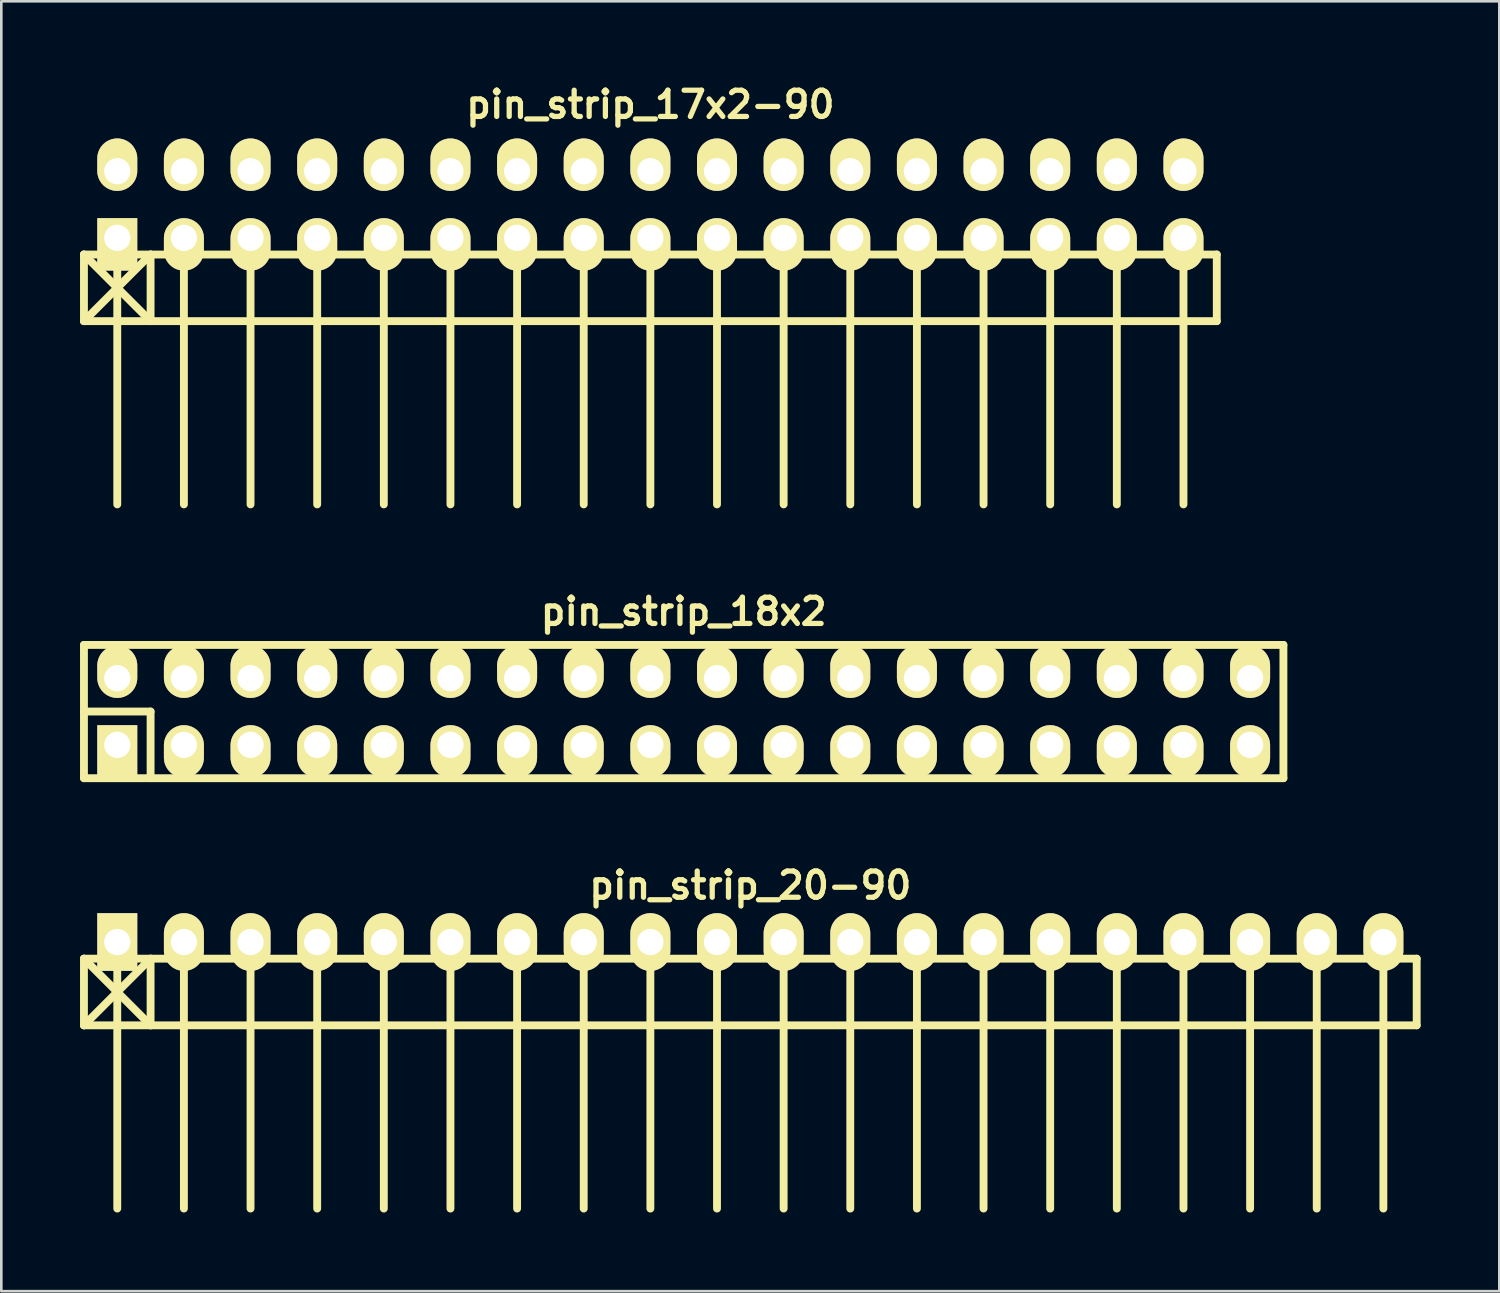
<source format=kicad_pcb>
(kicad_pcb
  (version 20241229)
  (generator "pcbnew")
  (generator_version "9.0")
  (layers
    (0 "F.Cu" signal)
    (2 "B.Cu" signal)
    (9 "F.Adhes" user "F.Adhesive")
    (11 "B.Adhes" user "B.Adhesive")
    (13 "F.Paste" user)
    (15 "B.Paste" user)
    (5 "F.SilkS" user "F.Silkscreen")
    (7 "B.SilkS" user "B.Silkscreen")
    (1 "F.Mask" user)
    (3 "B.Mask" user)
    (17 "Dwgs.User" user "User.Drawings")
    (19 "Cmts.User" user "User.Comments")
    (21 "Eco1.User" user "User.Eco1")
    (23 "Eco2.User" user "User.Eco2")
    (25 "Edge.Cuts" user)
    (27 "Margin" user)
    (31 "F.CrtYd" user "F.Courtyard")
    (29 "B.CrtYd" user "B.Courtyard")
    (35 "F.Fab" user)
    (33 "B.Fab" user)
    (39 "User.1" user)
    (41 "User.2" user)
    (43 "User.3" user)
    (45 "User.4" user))
  (footprint "pin_strip_20-90"
    (layer "F.Cu")
    (at 25.55 32.857)
    (property "Reference" "pin_strip_20-90" (at 0 -2.159 0) (layer "F.SilkS") (effects (font (size 1 1) (thickness 0.2))))
    (attr through_hole)
    (fp_line (start -25.4 0.635) (end 25.4 0.635) (stroke (width 0.3) (type solid)) (layer "F.SilkS"))
    (fp_line (start -25.4 3.175) (end -25.4 0.635) (stroke (width 0.3) (type solid)) (layer "F.SilkS"))
    (fp_line (start -25.4 3.175) (end -22.86 0.635) (stroke (width 0.3) (type solid)) (layer "F.SilkS"))
    (fp_line (start -24.13 0) (end -24.13 10.16) (stroke (width 0.3) (type solid)) (layer "F.SilkS"))
    (fp_line (start -22.86 0.635) (end -22.86 3.175) (stroke (width 0.3) (type solid)) (layer "F.SilkS"))
    (fp_line (start -22.86 3.175) (end -25.4 0.635) (stroke (width 0.3) (type solid)) (layer "F.SilkS"))
    (fp_line (start -21.59 0) (end -21.59 10.16) (stroke (width 0.3) (type solid)) (layer "F.SilkS"))
    (fp_line (start -19.05 10.16) (end -19.05 0) (stroke (width 0.3) (type solid)) (layer "F.SilkS"))
    (fp_line (start -16.51 0) (end -16.51 10.16) (stroke (width 0.3) (type solid)) (layer "F.SilkS"))
    (fp_line (start -13.97 0) (end -13.97 10.16) (stroke (width 0.3) (type solid)) (layer "F.SilkS"))
    (fp_line (start -11.43 0) (end -11.43 10.16) (stroke (width 0.3) (type solid)) (layer "F.SilkS"))
    (fp_line (start -8.89 0) (end -8.89 10.16) (stroke (width 0.3) (type solid)) (layer "F.SilkS"))
    (fp_line (start -6.35 0) (end -6.35 10.16) (stroke (width 0.3) (type solid)) (layer "F.SilkS"))
    (fp_line (start -3.81 0) (end -3.81 10.16) (stroke (width 0.3) (type solid)) (layer "F.SilkS"))
    (fp_line (start -1.27 0) (end -1.27 10.16) (stroke (width 0.3) (type solid)) (layer "F.SilkS"))
    (fp_line (start 1.27 0) (end 1.27 10.16) (stroke (width 0.3) (type solid)) (layer "F.SilkS"))
    (fp_line (start 3.81 0) (end 3.81 10.16) (stroke (width 0.3) (type solid)) (layer "F.SilkS"))
    (fp_line (start 6.35 10.16) (end 6.35 0) (stroke (width 0.3) (type solid)) (layer "F.SilkS"))
    (fp_line (start 8.89 0) (end 8.89 10.16) (stroke (width 0.3) (type solid)) (layer "F.SilkS"))
    (fp_line (start 11.43 0) (end 11.43 10.16) (stroke (width 0.3) (type solid)) (layer "F.SilkS"))
    (fp_line (start 13.97 0) (end 13.97 10.16) (stroke (width 0.3) (type solid)) (layer "F.SilkS"))
    (fp_line (start 16.51 0) (end 16.51 10.16) (stroke (width 0.3) (type solid)) (layer "F.SilkS"))
    (fp_line (start 19.05 0) (end 19.05 10.16) (stroke (width 0.3) (type solid)) (layer "F.SilkS"))
    (fp_line (start 21.59 0) (end 21.59 10.16) (stroke (width 0.3) (type solid)) (layer "F.SilkS"))
    (fp_line (start 24.13 0) (end 24.13 10.16) (stroke (width 0.3) (type solid)) (layer "F.SilkS"))
    (fp_line (start 25.4 0.635) (end 25.4 3.175) (stroke (width 0.3) (type solid)) (layer "F.SilkS"))
    (fp_line (start 25.4 3.175) (end -25.4 3.175) (stroke (width 0.3) (type solid)) (layer "F.SilkS"))
    (pad "1" thru_hole rect (at -24.13 0) (size 1.524 2.2) (drill 1.001) (layers "*.Cu" "*.Mask" "F.SilkS"))
    (pad "2" thru_hole oval (at -21.59 0) (size 1.524 2.2) (drill 1.001) (layers "*.Cu" "*.Mask" "F.SilkS"))
    (pad "3" thru_hole oval (at -19.05 0) (size 1.524 2.2) (drill 1.001) (layers "*.Cu" "*.Mask" "F.SilkS"))
    (pad "4" thru_hole oval (at -16.51 0) (size 1.524 2.2) (drill 1.001) (layers "*.Cu" "*.Mask" "F.SilkS"))
    (pad "5" thru_hole oval (at -13.97 0) (size 1.524 2.2) (drill 1.001) (layers "*.Cu" "*.Mask" "F.SilkS"))
    (pad "6" thru_hole oval (at -11.43 0) (size 1.524 2.2) (drill 1.001) (layers "*.Cu" "*.Mask" "F.SilkS"))
    (pad "7" thru_hole oval (at -8.89 0) (size 1.524 2.2) (drill 1.001) (layers "*.Cu" "*.Mask" "F.SilkS"))
    (pad "8" thru_hole oval (at -6.35 0) (size 1.524 2.2) (drill 1.001) (layers "*.Cu" "*.Mask" "F.SilkS"))
    (pad "9" thru_hole oval (at -3.81 0) (size 1.524 2.2) (drill 1.001) (layers "*.Cu" "*.Mask" "F.SilkS"))
    (pad "10" thru_hole oval (at -1.27 0) (size 1.524 2.2) (drill 1.001) (layers "*.Cu" "*.Mask" "F.SilkS"))
    (pad "11" thru_hole oval (at 1.27 0) (size 1.524 2.2) (drill 1.001) (layers "*.Cu" "*.Mask" "F.SilkS"))
    (pad "12" thru_hole oval (at 3.81 0) (size 1.524 2.2) (drill 1.001) (layers "*.Cu" "*.Mask" "F.SilkS"))
    (pad "13" thru_hole oval (at 6.35 0) (size 1.524 2.2) (drill 1.001) (layers "*.Cu" "*.Mask" "F.SilkS"))
    (pad "14" thru_hole oval (at 8.89 0) (size 1.524 2.2) (drill 1.001) (layers "*.Cu" "*.Mask" "F.SilkS"))
    (pad "15" thru_hole oval (at 11.43 0) (size 1.524 2.2) (drill 1.001) (layers "*.Cu" "*.Mask" "F.SilkS"))
    (pad "16" thru_hole oval (at 13.97 0) (size 1.524 2.2) (drill 1.001) (layers "*.Cu" "*.Mask" "F.SilkS"))
    (pad "17" thru_hole oval (at 16.51 0) (size 1.524 2.2) (drill 1.001) (layers "*.Cu" "*.Mask" "F.SilkS"))
    (pad "18" thru_hole oval (at 19.05 0) (size 1.524 2.2) (drill 1.001) (layers "*.Cu" "*.Mask" "F.SilkS"))
    (pad "19" thru_hole oval (at 21.59 0) (size 1.524 2.2) (drill 1.001) (layers "*.Cu" "*.Mask" "F.SilkS"))
    (pad "20" thru_hole oval (at 24.13 0) (size 1.524 2.2) (drill 1.001) (layers "*.Cu" "*.Mask" "F.SilkS")))
  (footprint "pin_strip_18x2"
    (layer "F.Cu")
    (at 23.01 24.072)
    (property "Reference" "pin_strip_18x2" (at 0 -3.81 0) (layer "F.SilkS") (effects (font (size 1 1) (thickness 0.2))))
    (attr through_hole)
    (fp_line (start -22.86 -2.54) (end -22.86 2.54) (stroke (width 0.3) (type solid)) (layer "F.SilkS"))
    (fp_line (start -22.86 0) (end -20.32 0) (stroke (width 0.3) (type solid)) (layer "F.SilkS"))
    (fp_line (start -22.86 2.54) (end 22.86 2.54) (stroke (width 0.3) (type solid)) (layer "F.SilkS"))
    (fp_line (start -20.32 0) (end -20.32 2.54) (stroke (width 0.3) (type solid)) (layer "F.SilkS"))
    (fp_line (start 22.86 -2.54) (end -22.86 -2.54) (stroke (width 0.3) (type solid)) (layer "F.SilkS"))
    (fp_line (start 22.86 2.54) (end 22.86 -2.54) (stroke (width 0.3) (type solid)) (layer "F.SilkS"))
    (pad "1" thru_hole rect (at -21.59 1.27) (size 1.524 1.999) (drill 1.001 (offset 0 0.249)) (layers "*.Cu" "*.Mask" "F.SilkS"))
    (pad "2" thru_hole oval (at -21.59 -1.27) (size 1.524 1.999) (drill 1.001 (offset 0 -0.249)) (layers "*.Cu" "*.Mask" "F.SilkS"))
    (pad "3" thru_hole oval (at -19.05 1.27) (size 1.524 1.999) (drill 1.001 (offset 0 0.249)) (layers "*.Cu" "*.Mask" "F.SilkS"))
    (pad "4" thru_hole oval (at -19.05 -1.27) (size 1.524 1.999) (drill 1.001 (offset 0 -0.249)) (layers "*.Cu" "*.Mask" "F.SilkS"))
    (pad "5" thru_hole oval (at -16.51 1.27) (size 1.524 1.999) (drill 1.001 (offset 0 0.249)) (layers "*.Cu" "*.Mask" "F.SilkS"))
    (pad "6" thru_hole oval (at -16.51 -1.27) (size 1.524 1.999) (drill 1.001 (offset 0 -0.249)) (layers "*.Cu" "*.Mask" "F.SilkS"))
    (pad "7" thru_hole oval (at -13.97 1.27) (size 1.524 1.999) (drill 1.001 (offset 0 0.249)) (layers "*.Cu" "*.Mask" "F.SilkS"))
    (pad "8" thru_hole oval (at -13.97 -1.27) (size 1.524 1.999) (drill 1.001 (offset 0 -0.249)) (layers "*.Cu" "*.Mask" "F.SilkS"))
    (pad "9" thru_hole oval (at -11.43 1.27) (size 1.524 1.999) (drill 1.001 (offset 0 0.249)) (layers "*.Cu" "*.Mask" "F.SilkS"))
    (pad "10" thru_hole oval (at -11.43 -1.27) (size 1.524 1.999) (drill 1.001 (offset 0 -0.249)) (layers "*.Cu" "*.Mask" "F.SilkS"))
    (pad "11" thru_hole oval (at -8.89 1.27) (size 1.524 1.999) (drill 1.001 (offset 0 0.249)) (layers "*.Cu" "*.Mask" "F.SilkS"))
    (pad "12" thru_hole oval (at -8.89 -1.27) (size 1.524 1.999) (drill 1.001 (offset 0 -0.249)) (layers "*.Cu" "*.Mask" "F.SilkS"))
    (pad "13" thru_hole oval (at -6.35 1.27) (size 1.524 1.999) (drill 1.001 (offset 0 0.249)) (layers "*.Cu" "*.Mask" "F.SilkS"))
    (pad "14" thru_hole oval (at -6.35 -1.27) (size 1.524 1.999) (drill 1.001 (offset 0 -0.249)) (layers "*.Cu" "*.Mask" "F.SilkS"))
    (pad "15" thru_hole oval (at -3.81 1.27) (size 1.524 1.999) (drill 1.001 (offset 0 0.249)) (layers "*.Cu" "*.Mask" "F.SilkS"))
    (pad "16" thru_hole oval (at -3.81 -1.27) (size 1.524 1.999) (drill 1.001 (offset 0 -0.249)) (layers "*.Cu" "*.Mask" "F.SilkS"))
    (pad "17" thru_hole oval (at -1.27 1.27) (size 1.524 1.999) (drill 1.001 (offset 0 0.249)) (layers "*.Cu" "*.Mask" "F.SilkS"))
    (pad "18" thru_hole oval (at -1.27 -1.27) (size 1.524 1.999) (drill 1.001 (offset 0 -0.249)) (layers "*.Cu" "*.Mask" "F.SilkS"))
    (pad "19" thru_hole oval (at 1.27 1.27) (size 1.524 1.999) (drill 1.001 (offset 0 0.249)) (layers "*.Cu" "*.Mask" "F.SilkS"))
    (pad "20" thru_hole oval (at 1.27 -1.27) (size 1.524 1.999) (drill 1.001 (offset 0 -0.249)) (layers "*.Cu" "*.Mask" "F.SilkS"))
    (pad "21" thru_hole oval (at 3.81 1.27) (size 1.524 1.999) (drill 1.001 (offset 0 0.249)) (layers "*.Cu" "*.Mask" "F.SilkS"))
    (pad "22" thru_hole oval (at 3.81 -1.27) (size 1.524 1.999) (drill 1.001 (offset 0 -0.249)) (layers "*.Cu" "*.Mask" "F.SilkS"))
    (pad "23" thru_hole oval (at 6.35 1.27) (size 1.524 1.999) (drill 1.001 (offset 0 0.249)) (layers "*.Cu" "*.Mask" "F.SilkS"))
    (pad "24" thru_hole oval (at 6.35 -1.27) (size 1.524 1.999) (drill 1.001 (offset 0 -0.249)) (layers "*.Cu" "*.Mask" "F.SilkS"))
    (pad "25" thru_hole oval (at 8.89 1.27) (size 1.524 1.999) (drill 1.001 (offset 0 0.249)) (layers "*.Cu" "*.Mask" "F.SilkS"))
    (pad "26" thru_hole oval (at 8.89 -1.27) (size 1.524 1.999) (drill 1.001 (offset 0 -0.249)) (layers "*.Cu" "*.Mask" "F.SilkS"))
    (pad "27" thru_hole oval (at 11.43 1.27) (size 1.524 1.999) (drill 1.001 (offset 0 0.249)) (layers "*.Cu" "*.Mask" "F.SilkS"))
    (pad "28" thru_hole oval (at 11.43 -1.27) (size 1.524 1.999) (drill 1.001 (offset 0 -0.249)) (layers "*.Cu" "*.Mask" "F.SilkS"))
    (pad "29" thru_hole oval (at 13.97 1.27) (size 1.524 1.999) (drill 1.001 (offset 0 0.249)) (layers "*.Cu" "*.Mask" "F.SilkS"))
    (pad "30" thru_hole oval (at 13.97 -1.27) (size 1.524 1.999) (drill 1.001 (offset 0 -0.249)) (layers "*.Cu" "*.Mask" "F.SilkS"))
    (pad "31" thru_hole oval (at 16.51 1.27) (size 1.524 1.999) (drill 1.001 (offset 0 0.249)) (layers "*.Cu" "*.Mask" "F.SilkS"))
    (pad "32" thru_hole oval (at 16.51 -1.27) (size 1.524 1.999) (drill 1.001 (offset 0 -0.249)) (layers "*.Cu" "*.Mask" "F.SilkS"))
    (pad "33" thru_hole oval (at 19.05 1.27) (size 1.524 1.999) (drill 1.001 (offset 0 0.249)) (layers "*.Cu" "*.Mask" "F.SilkS"))
    (pad "34" thru_hole oval (at 19.05 -1.27) (size 1.524 1.999) (drill 1.001 (offset 0 -0.249)) (layers "*.Cu" "*.Mask" "F.SilkS"))
    (pad "35" thru_hole oval (at 21.59 1.27) (size 1.524 1.999) (drill 1.001 (offset 0 0.249)) (layers "*.Cu" "*.Mask" "F.SilkS"))
    (pad "36" thru_hole oval (at 21.59 -1.27) (size 1.524 1.999) (drill 1.001 (offset 0 -0.249)) (layers "*.Cu" "*.Mask" "F.SilkS")))
  (footprint "pin_strip_17x2-90"
    (layer "F.Cu")
    (at 21.74 4.746)
    (property "Reference" "pin_strip_17x2-90" (at 0 -3.81 0) (layer "F.SilkS") (effects (font (size 1 1) (thickness 0.2))))
    (attr through_hole)
    (fp_line (start -21.59 1.905) (end -19.05 4.445) (stroke (width 0.3) (type solid)) (layer "F.SilkS"))
    (fp_line (start -21.59 1.905) (end 21.59 1.905) (stroke (width 0.3) (type solid)) (layer "F.SilkS"))
    (fp_line (start -21.59 4.445) (end -21.59 1.905) (stroke (width 0.3) (type solid)) (layer "F.SilkS"))
    (fp_line (start -20.32 1.27) (end -20.32 11.43) (stroke (width 0.3) (type solid)) (layer "F.SilkS"))
    (fp_line (start -19.05 1.905) (end -21.59 4.445) (stroke (width 0.3) (type solid)) (layer "F.SilkS"))
    (fp_line (start -19.05 4.445) (end -19.05 1.905) (stroke (width 0.3) (type solid)) (layer "F.SilkS"))
    (fp_line (start -17.78 1.27) (end -17.78 11.43) (stroke (width 0.3) (type solid)) (layer "F.SilkS"))
    (fp_line (start -15.24 11.43) (end -15.24 1.27) (stroke (width 0.3) (type solid)) (layer "F.SilkS"))
    (fp_line (start -12.7 1.27) (end -12.7 11.43) (stroke (width 0.3) (type solid)) (layer "F.SilkS"))
    (fp_line (start -10.16 1.27) (end -10.16 11.43) (stroke (width 0.3) (type solid)) (layer "F.SilkS"))
    (fp_line (start -7.62 1.27) (end -7.62 11.43) (stroke (width 0.3) (type solid)) (layer "F.SilkS"))
    (fp_line (start -5.08 1.27) (end -5.08 11.43) (stroke (width 0.3) (type solid)) (layer "F.SilkS"))
    (fp_line (start -2.54 1.27) (end -2.54 11.43) (stroke (width 0.3) (type solid)) (layer "F.SilkS"))
    (fp_line (start 0 1.27) (end 0 11.43) (stroke (width 0.3) (type solid)) (layer "F.SilkS"))
    (fp_line (start 2.54 1.27) (end 2.54 11.43) (stroke (width 0.3) (type solid)) (layer "F.SilkS"))
    (fp_line (start 5.08 1.27) (end 5.08 11.43) (stroke (width 0.3) (type solid)) (layer "F.SilkS"))
    (fp_line (start 7.62 1.27) (end 7.62 11.43) (stroke (width 0.3) (type solid)) (layer "F.SilkS"))
    (fp_line (start 10.16 11.43) (end 10.16 1.27) (stroke (width 0.3) (type solid)) (layer "F.SilkS"))
    (fp_line (start 12.7 1.27) (end 12.7 11.43) (stroke (width 0.3) (type solid)) (layer "F.SilkS"))
    (fp_line (start 15.24 1.27) (end 15.24 11.43) (stroke (width 0.3) (type solid)) (layer "F.SilkS"))
    (fp_line (start 17.78 1.27) (end 17.78 11.43) (stroke (width 0.3) (type solid)) (layer "F.SilkS"))
    (fp_line (start 20.32 1.27) (end 20.32 11.43) (stroke (width 0.3) (type solid)) (layer "F.SilkS"))
    (fp_line (start 21.59 1.905) (end 21.59 4.445) (stroke (width 0.3) (type solid)) (layer "F.SilkS"))
    (fp_line (start 21.59 4.445) (end -21.59 4.445) (stroke (width 0.3) (type solid)) (layer "F.SilkS"))
    (pad "1" thru_hole rect (at -20.32 1.27) (size 1.524 1.999) (drill 1.001 (offset 0 0.249)) (layers "*.Cu" "*.Mask" "F.SilkS"))
    (pad "2" thru_hole oval (at -20.32 -1.27) (size 1.524 1.999) (drill 1.001 (offset 0 -0.249)) (layers "*.Cu" "*.Mask" "F.SilkS"))
    (pad "3" thru_hole oval (at -17.78 1.27) (size 1.524 1.999) (drill 1.001 (offset 0 0.249)) (layers "*.Cu" "*.Mask" "F.SilkS"))
    (pad "4" thru_hole oval (at -17.78 -1.27) (size 1.524 1.999) (drill 1.001 (offset 0 -0.249)) (layers "*.Cu" "*.Mask" "F.SilkS"))
    (pad "5" thru_hole oval (at -15.24 1.27) (size 1.524 1.999) (drill 1.001 (offset 0 0.249)) (layers "*.Cu" "*.Mask" "F.SilkS"))
    (pad "6" thru_hole oval (at -15.24 -1.27) (size 1.524 1.999) (drill 1.001 (offset 0 -0.249)) (layers "*.Cu" "*.Mask" "F.SilkS"))
    (pad "7" thru_hole oval (at -12.7 1.27) (size 1.524 1.999) (drill 1.001 (offset 0 0.249)) (layers "*.Cu" "*.Mask" "F.SilkS"))
    (pad "8" thru_hole oval (at -12.7 -1.27) (size 1.524 1.999) (drill 1.001 (offset 0 -0.249)) (layers "*.Cu" "*.Mask" "F.SilkS"))
    (pad "9" thru_hole oval (at -10.16 1.27) (size 1.524 1.999) (drill 1.001 (offset 0 0.249)) (layers "*.Cu" "*.Mask" "F.SilkS"))
    (pad "10" thru_hole oval (at -10.16 -1.27) (size 1.524 1.999) (drill 1.001 (offset 0 -0.249)) (layers "*.Cu" "*.Mask" "F.SilkS"))
    (pad "11" thru_hole oval (at -7.62 1.27) (size 1.524 1.999) (drill 1.001 (offset 0 0.249)) (layers "*.Cu" "*.Mask" "F.SilkS"))
    (pad "12" thru_hole oval (at -7.62 -1.27) (size 1.524 1.999) (drill 1.001 (offset 0 -0.249)) (layers "*.Cu" "*.Mask" "F.SilkS"))
    (pad "13" thru_hole oval (at -5.08 1.27) (size 1.524 1.999) (drill 1.001 (offset 0 0.249)) (layers "*.Cu" "*.Mask" "F.SilkS"))
    (pad "14" thru_hole oval (at -5.08 -1.27) (size 1.524 1.999) (drill 1.001 (offset 0 -0.249)) (layers "*.Cu" "*.Mask" "F.SilkS"))
    (pad "15" thru_hole oval (at -2.54 1.27) (size 1.524 1.999) (drill 1.001 (offset 0 0.249)) (layers "*.Cu" "*.Mask" "F.SilkS"))
    (pad "16" thru_hole oval (at -2.54 -1.27) (size 1.524 1.999) (drill 1.001 (offset 0 -0.249)) (layers "*.Cu" "*.Mask" "F.SilkS"))
    (pad "17" thru_hole oval (at 0 1.27) (size 1.524 1.999) (drill 1.001 (offset 0 0.249)) (layers "*.Cu" "*.Mask" "F.SilkS"))
    (pad "18" thru_hole oval (at 0 -1.27) (size 1.524 1.999) (drill 1.001 (offset 0 -0.249)) (layers "*.Cu" "*.Mask" "F.SilkS"))
    (pad "19" thru_hole oval (at 2.54 1.27) (size 1.524 1.999) (drill 1.001 (offset 0 0.249)) (layers "*.Cu" "*.Mask" "F.SilkS"))
    (pad "20" thru_hole oval (at 2.54 -1.27) (size 1.524 1.999) (drill 1.001 (offset 0 -0.249)) (layers "*.Cu" "*.Mask" "F.SilkS"))
    (pad "21" thru_hole oval (at 5.08 1.27) (size 1.524 1.999) (drill 1.001 (offset 0 0.249)) (layers "*.Cu" "*.Mask" "F.SilkS"))
    (pad "22" thru_hole oval (at 5.08 -1.27) (size 1.524 1.999) (drill 1.001 (offset 0 -0.249)) (layers "*.Cu" "*.Mask" "F.SilkS"))
    (pad "23" thru_hole oval (at 7.62 1.27) (size 1.524 1.999) (drill 1.001 (offset 0 0.249)) (layers "*.Cu" "*.Mask" "F.SilkS"))
    (pad "24" thru_hole oval (at 7.62 -1.27) (size 1.524 1.999) (drill 1.001 (offset 0 -0.249)) (layers "*.Cu" "*.Mask" "F.SilkS"))
    (pad "25" thru_hole oval (at 10.16 1.27) (size 1.524 1.999) (drill 1.001 (offset 0 0.249)) (layers "*.Cu" "*.Mask" "F.SilkS"))
    (pad "26" thru_hole oval (at 10.16 -1.27) (size 1.524 1.999) (drill 1.001 (offset 0 -0.249)) (layers "*.Cu" "*.Mask" "F.SilkS"))
    (pad "27" thru_hole oval (at 12.7 1.27) (size 1.524 1.999) (drill 1.001 (offset 0 0.249)) (layers "*.Cu" "*.Mask" "F.SilkS"))
    (pad "28" thru_hole oval (at 12.7 -1.27) (size 1.524 1.999) (drill 1.001 (offset 0 -0.249)) (layers "*.Cu" "*.Mask" "F.SilkS"))
    (pad "29" thru_hole oval (at 15.24 1.27) (size 1.524 1.999) (drill 1.001 (offset 0 0.249)) (layers "*.Cu" "*.Mask" "F.SilkS"))
    (pad "30" thru_hole oval (at 15.24 -1.27) (size 1.524 1.999) (drill 1.001 (offset 0 -0.249)) (layers "*.Cu" "*.Mask" "F.SilkS"))
    (pad "31" thru_hole oval (at 17.78 1.27) (size 1.524 1.999) (drill 1.001 (offset 0 0.249)) (layers "*.Cu" "*.Mask" "F.SilkS"))
    (pad "32" thru_hole oval (at 17.78 -1.27) (size 1.524 1.999) (drill 1.001 (offset 0 -0.249)) (layers "*.Cu" "*.Mask" "F.SilkS"))
    (pad "33" thru_hole oval (at 20.32 1.27) (size 1.524 1.999) (drill 1.001 (offset 0 0.249)) (layers "*.Cu" "*.Mask" "F.SilkS"))
    (pad "34" thru_hole oval (at 20.32 -1.27) (size 1.524 1.999) (drill 1.001 (offset 0 -0.249)) (layers "*.Cu" "*.Mask" "F.SilkS")))
  (gr_rect
    (start -3 -3)
    (end 54.1 46.167)
    (stroke (width 0.1) (type default))
    (fill no)
    (layer "Edge.Cuts")))
</source>
